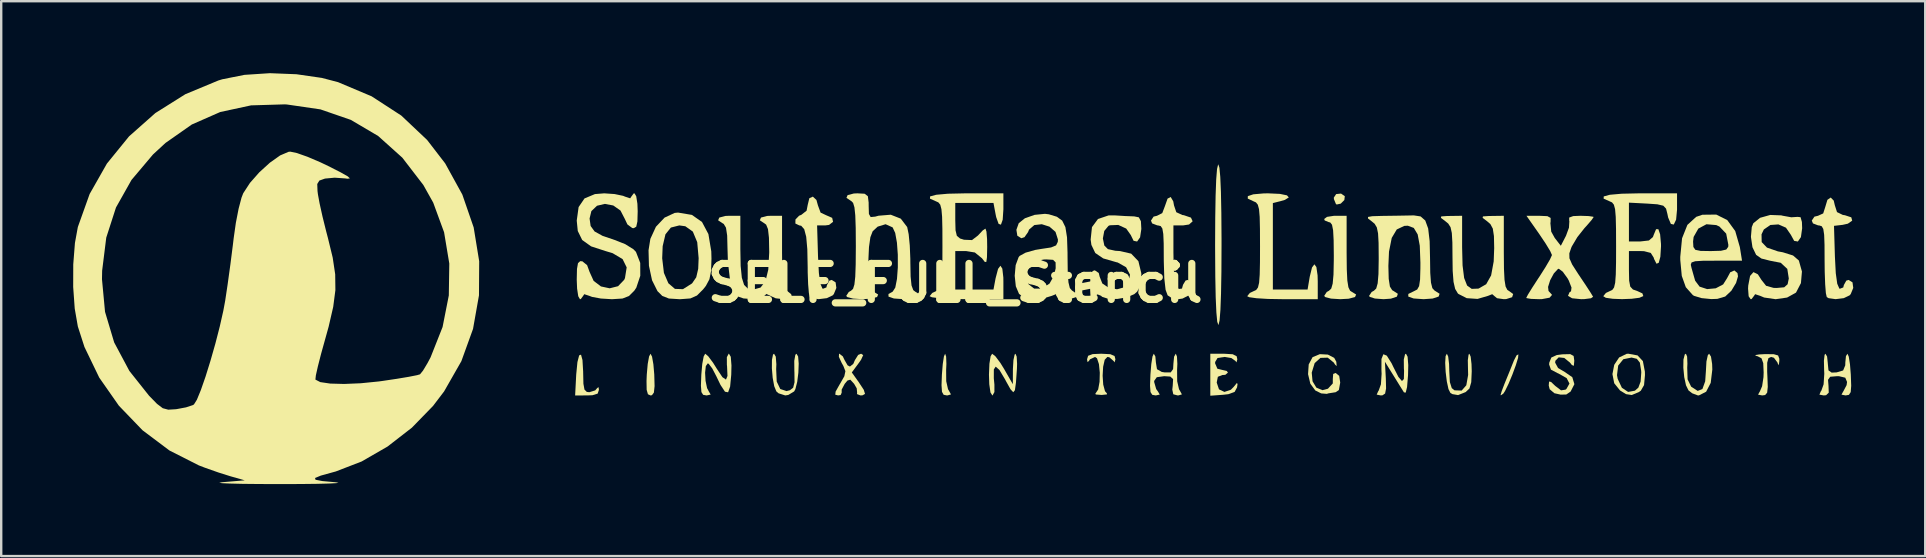
<source format=kicad_pcb>
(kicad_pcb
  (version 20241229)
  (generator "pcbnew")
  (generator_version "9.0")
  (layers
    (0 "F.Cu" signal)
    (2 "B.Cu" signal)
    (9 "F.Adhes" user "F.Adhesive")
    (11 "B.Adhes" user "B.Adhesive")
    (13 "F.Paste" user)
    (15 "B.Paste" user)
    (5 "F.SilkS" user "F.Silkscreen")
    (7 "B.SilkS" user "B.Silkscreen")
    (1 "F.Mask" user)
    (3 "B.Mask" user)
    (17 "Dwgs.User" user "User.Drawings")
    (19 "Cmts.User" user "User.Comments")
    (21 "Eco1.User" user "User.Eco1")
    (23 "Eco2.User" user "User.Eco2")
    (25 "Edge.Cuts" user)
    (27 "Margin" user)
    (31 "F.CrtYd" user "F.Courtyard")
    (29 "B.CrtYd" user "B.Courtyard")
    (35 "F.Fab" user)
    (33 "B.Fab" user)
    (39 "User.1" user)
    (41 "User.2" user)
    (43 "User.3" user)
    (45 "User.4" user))
  (footprint "SELF_FULL_Stencil"
    (layer "F.Cu")
    (at 36.76 8.75)
    (property "Reference" "SELF_FULL_Stencil" (at 0 0 0) (layer "F.SilkS") (effects (font (size 1.5 1.5) (thickness 0.3))))
    (attr board_only exclude_from_pos_files exclude_from_bom)
    (fp_poly (pts (xy 16.233 -3.625) (xy 16.214 -3.463) (xy 16.064 -3.314) (xy 15.896 -3.277) (xy 15.863 -3.299) (xy 15.78 -3.5) (xy 15.775 -3.565) (xy 15.873 -3.712) (xy 16.076 -3.733)) (stroke (width 0) (type solid)) (fill yes) (layer "F.SilkS"))
    (fp_poly (pts (xy -12.637 3.063) (xy -12.581 3.382) (xy -12.544 3.81) (xy -12.531 4.292) (xy -12.56 4.56) (xy -12.64 4.669) (xy -12.7 4.68) (xy -12.808 4.63) (xy -12.861 4.446) (xy -12.867 4.074) (xy -12.856 3.81) (xy -12.817 3.368) (xy -12.76 3.055) (xy -12.7 2.941)) (stroke (width 0) (type solid)) (fill yes) (layer "F.SilkS"))
    (fp_poly (pts (xy -0.381 3.061) (xy -0.37 3.367) (xy -0.381 3.613) (xy -0.377 4.088) (xy -0.302 4.42) (xy -0.264 4.482) (xy -0.179 4.637) (xy -0.325 4.679) (xy -0.351 4.679) (xy -0.485 4.652) (xy -0.554 4.529) (xy -0.573 4.253) (xy -0.557 3.81) (xy -0.521 3.368) (xy -0.473 3.055) (xy -0.423 2.941)) (stroke (width 0) (type solid)) (fill yes) (layer "F.SilkS"))
    (fp_poly (pts (xy 23.454 3.114) (xy 23.36 3.421) (xy 23.218 3.808) (xy 23.058 4.192) (xy 22.911 4.493) (xy 22.838 4.605) (xy 22.736 4.676) (xy 22.726 4.655) (xy 22.774 4.494) (xy 22.892 4.185) (xy 22.943 4.06) (xy 23.113 3.645) (xy 23.259 3.279) (xy 23.281 3.223) (xy 23.392 3.008) (xy 23.467 2.968)) (stroke (width 0) (type solid)) (fill yes) (layer "F.SilkS"))
    (fp_poly (pts (xy -15.536 3.203) (xy -15.508 3.683) (xy -15.507 3.743) (xy -15.497 4.192) (xy -15.453 4.435) (xy -15.356 4.532) (xy -15.251 4.545) (xy -15.005 4.469) (xy -14.927 4.378) (xy -14.869 4.331) (xy -14.85 4.445) (xy -14.903 4.604) (xy -15.124 4.671) (xy -15.34 4.679) (xy -15.842 4.68) (xy -15.797 3.81) (xy -15.746 3.288) (xy -15.674 3.009) (xy -15.597 2.98)) (stroke (width 0) (type solid)) (fill yes) (layer "F.SilkS"))
    (fp_poly (pts (xy 11.007 -4.815) (xy 11.044 -4.427) (xy 11.071 -3.795) (xy 11.088 -2.93) (xy 11.096 -1.844) (xy 11.096 -1.604) (xy 11.091 -0.475) (xy 11.075 0.434) (xy 11.05 1.113) (xy 11.015 1.55) (xy 10.972 1.733) (xy 10.962 1.738) (xy 10.917 1.606) (xy 10.881 1.219) (xy 10.853 0.587) (xy 10.836 -0.278) (xy 10.829 -1.365) (xy 10.828 -1.604) (xy 10.834 -2.733) (xy 10.849 -3.643) (xy 10.874 -4.321) (xy 10.909 -4.758) (xy 10.953 -4.941) (xy 10.962 -4.946)) (stroke (width 0) (type solid)) (fill yes) (layer "F.SilkS"))
    (fp_poly (pts (xy 31.493 3.061) (xy 31.541 3.368) (xy 31.549 3.6) (xy 31.482 4.156) (xy 31.291 4.525) (xy 30.993 4.677) (xy 30.948 4.679) (xy 30.713 4.591) (xy 30.556 4.469) (xy 30.452 4.257) (xy 30.378 3.914) (xy 30.341 3.527) (xy 30.346 3.184) (xy 30.401 2.971) (xy 30.448 2.941) (xy 30.499 3.06) (xy 30.511 3.359) (xy 30.503 3.521) (xy 30.518 4.009) (xy 30.666 4.311) (xy 30.673 4.318) (xy 30.94 4.491) (xy 31.136 4.412) (xy 31.252 4.091) (xy 31.282 3.662) (xy 31.304 3.264) (xy 31.362 3.002) (xy 31.416 2.941)) (stroke (width 0) (type solid)) (fill yes) (layer "F.SilkS"))
    (fp_poly (pts (xy 20.542 3.062) (xy 20.579 3.373) (xy 20.587 3.662) (xy 20.611 4.122) (xy 20.691 4.375) (xy 20.805 4.466) (xy 21.103 4.477) (xy 21.297 4.256) (xy 21.373 3.825) (xy 21.367 3.584) (xy 21.36 3.212) (xy 21.391 2.98) (xy 21.423 2.941) (xy 21.478 3.062) (xy 21.514 3.374) (xy 21.523 3.672) (xy 21.503 4.126) (xy 21.428 4.389) (xy 21.276 4.534) (xy 21.265 4.541) (xy 20.954 4.665) (xy 20.719 4.625) (xy 20.635 4.577) (xy 20.553 4.414) (xy 20.484 4.093) (xy 20.436 3.7) (xy 20.417 3.32) (xy 20.434 3.039) (xy 20.487 2.941)) (stroke (width 0) (type solid)) (fill yes) (layer "F.SilkS"))
    (fp_poly (pts (xy -6.549 3.058) (xy -6.525 3.351) (xy -6.539 3.732) (xy -6.587 4.116) (xy -6.663 4.416) (xy -6.714 4.512) (xy -6.958 4.659) (xy -7.085 4.679) (xy -7.364 4.591) (xy -7.456 4.512) (xy -7.545 4.295) (xy -7.609 3.946) (xy -7.643 3.552) (xy -7.64 3.2) (xy -7.596 2.977) (xy -7.553 2.941) (xy -7.481 3.062) (xy -7.456 3.378) (xy -7.464 3.584) (xy -7.441 4.101) (xy -7.293 4.411) (xy -7.033 4.498) (xy -6.89 4.462) (xy -6.756 4.357) (xy -6.699 4.131) (xy -6.703 3.718) (xy -6.706 3.657) (xy -6.71 3.238) (xy -6.665 2.986) (xy -6.617 2.941)) (stroke (width 0) (type solid)) (fill yes) (layer "F.SilkS"))
    (fp_poly (pts (xy 34.105 2.96) (xy 34.29 3.013) (xy 34.342 3.149) (xy 34.341 3.242) (xy 34.319 3.423) (xy 34.275 3.347) (xy 34.265 3.309) (xy 34.117 3.11) (xy 34.001 3.075) (xy 33.888 3.125) (xy 33.836 3.314) (xy 33.835 3.694) (xy 33.844 3.877) (xy 33.86 4.324) (xy 33.834 4.565) (xy 33.75 4.663) (xy 33.628 4.679) (xy 33.456 4.647) (xy 33.522 4.524) (xy 33.528 4.519) (xy 33.624 4.296) (xy 33.681 3.919) (xy 33.688 3.726) (xy 33.671 3.334) (xy 33.599 3.132) (xy 33.437 3.046) (xy 33.388 3.035) (xy 33.329 3) (xy 33.5 2.971) (xy 33.722 2.959)) (stroke (width 0) (type solid)) (fill yes) (layer "F.SilkS"))
    (fp_poly (pts (xy 2.559 3.061) (xy 2.576 3.365) (xy 2.569 3.576) (xy 2.529 4.143) (xy 2.485 4.461) (xy 2.416 4.547) (xy 2.302 4.421) (xy 2.122 4.1) (xy 2.075 4.011) (xy 1.84 3.617) (xy 1.684 3.479) (xy 1.607 3.595) (xy 1.606 3.967) (xy 1.631 4.227) (xy 1.631 4.538) (xy 1.555 4.678) (xy 1.544 4.679) (xy 1.466 4.554) (xy 1.417 4.213) (xy 1.404 3.81) (xy 1.423 3.356) (xy 1.473 3.045) (xy 1.537 2.942) (xy 1.673 3.049) (xy 1.879 3.324) (xy 2.035 3.577) (xy 2.399 4.211) (xy 2.402 3.576) (xy 2.424 3.206) (xy 2.474 2.977) (xy 2.508 2.941)) (stroke (width 0) (type solid)) (fill yes) (layer "F.SilkS"))
    (fp_poly (pts (xy 16.309 -1.266) (xy 16.316 -0.577) (xy 16.338 -0.113) (xy 16.383 0.171) (xy 16.453 0.315) (xy 16.51 0.353) (xy 16.705 0.474) (xy 16.659 0.579) (xy 16.395 0.649) (xy 16.042 0.668) (xy 15.658 0.644) (xy 15.417 0.58) (xy 15.374 0.531) (xy 15.481 0.368) (xy 15.574 0.316) (xy 15.668 0.227) (xy 15.728 0.019) (xy 15.762 -0.354) (xy 15.774 -0.937) (xy 15.775 -1.151) (xy 15.768 -1.788) (xy 15.746 -2.201) (xy 15.7 -2.434) (xy 15.625 -2.53) (xy 15.574 -2.54) (xy 15.396 -2.612) (xy 15.374 -2.674) (xy 15.491 -2.762) (xy 15.78 -2.806) (xy 15.842 -2.807) (xy 16.309 -2.807)) (stroke (width 0) (type solid)) (fill yes) (layer "F.SilkS"))
    (fp_poly (pts (xy 6.462 2.961) (xy 6.638 3.036) (xy 6.674 3.175) (xy 6.639 3.302) (xy 6.596 3.242) (xy 6.419 3.088) (xy 6.339 3.075) (xy 6.228 3.192) (xy 6.162 3.483) (xy 6.141 3.859) (xy 6.166 4.229) (xy 6.24 4.504) (xy 6.317 4.59) (xy 6.323 4.636) (xy 6.115 4.658) (xy 6.083 4.658) (xy 5.855 4.64) (xy 5.836 4.596) (xy 5.849 4.59) (xy 5.955 4.43) (xy 6.013 4.114) (xy 6.023 3.732) (xy 5.987 3.374) (xy 5.906 3.13) (xy 5.826 3.075) (xy 5.612 3.176) (xy 5.57 3.242) (xy 5.511 3.289) (xy 5.492 3.175) (xy 5.536 3.027) (xy 5.726 2.957) (xy 6.083 2.941)) (stroke (width 0) (type solid)) (fill yes) (layer "F.SilkS"))
    (fp_poly (pts (xy 11.563 2.963) (xy 11.727 3.047) (xy 11.754 3.175) (xy 11.719 3.302) (xy 11.676 3.242) (xy 11.507 3.122) (xy 11.218 3.075) (xy 10.93 3.119) (xy 10.831 3.284) (xy 10.828 3.342) (xy 10.923 3.566) (xy 11.096 3.609) (xy 11.313 3.659) (xy 11.363 3.728) (xy 11.254 3.82) (xy 11.129 3.829) (xy 10.943 3.902) (xy 10.895 4.142) (xy 10.99 4.425) (xy 11.217 4.533) (xy 11.485 4.442) (xy 11.6 4.326) (xy 11.739 4.157) (xy 11.763 4.209) (xy 11.742 4.345) (xy 11.642 4.532) (xy 11.382 4.627) (xy 11.161 4.652) (xy 10.628 4.691) (xy 10.628 3.816) (xy 10.628 2.941) (xy 11.196 2.941)) (stroke (width 0) (type solid)) (fill yes) (layer "F.SilkS"))
    (fp_poly (pts (xy 15.527 2.977) (xy 15.791 3.113) (xy 15.879 3.275) (xy 15.894 3.458) (xy 15.826 3.392) (xy 15.773 3.309) (xy 15.52 3.105) (xy 15.218 3.114) (xy 14.978 3.332) (xy 14.977 3.333) (xy 14.855 3.73) (xy 14.889 4.09) (xy 15.048 4.354) (xy 15.3 4.46) (xy 15.529 4.4) (xy 15.733 4.178) (xy 15.733 3.999) (xy 15.749 3.784) (xy 15.854 3.743) (xy 16 3.864) (xy 16.042 4.144) (xy 15.985 4.456) (xy 15.853 4.545) (xy 15.549 4.593) (xy 15.484 4.614) (xy 15.25 4.595) (xy 15.005 4.473) (xy 14.797 4.192) (xy 14.702 3.793) (xy 14.729 3.388) (xy 14.886 3.091) (xy 14.898 3.081) (xy 15.193 2.959)) (stroke (width 0) (type solid)) (fill yes) (layer "F.SilkS"))
    (fp_poly (pts (xy 28.435 3.012) (xy 28.655 3.249) (xy 28.739 3.688) (xy 28.742 3.832) (xy 28.704 4.248) (xy 28.57 4.481) (xy 28.484 4.541) (xy 28.192 4.662) (xy 27.954 4.626) (xy 27.702 4.471) (xy 27.461 4.171) (xy 27.395 3.834) (xy 27.577 3.834) (xy 27.605 3.988) (xy 27.781 4.361) (xy 28.04 4.533) (xy 28.324 4.481) (xy 28.467 4.354) (xy 28.561 4.101) (xy 28.588 3.726) (xy 28.584 3.652) (xy 28.529 3.311) (xy 28.402 3.153) (xy 28.183 3.1) (xy 27.84 3.171) (xy 27.626 3.435) (xy 27.577 3.834) (xy 27.395 3.834) (xy 27.387 3.789) (xy 27.461 3.404) (xy 27.665 3.097) (xy 27.981 2.945) (xy 28.052 2.941)) (stroke (width 0) (type solid)) (fill yes) (layer "F.SilkS"))
    (fp_poly (pts (xy 18.85 3.066) (xy 18.878 3.415) (xy 18.868 3.843) (xy 18.828 4.329) (xy 18.772 4.561) (xy 18.698 4.552) (xy 18.694 4.545) (xy 18.549 4.313) (xy 18.332 3.963) (xy 18.237 3.81) (xy 17.905 3.275) (xy 17.943 3.977) (xy 17.953 4.39) (xy 17.913 4.601) (xy 17.803 4.674) (xy 17.73 4.679) (xy 17.562 4.645) (xy 17.626 4.503) (xy 17.643 4.482) (xy 17.739 4.216) (xy 17.767 3.777) (xy 17.76 3.613) (xy 17.761 3.16) (xy 17.84 2.962) (xy 17.984 3.022) (xy 18.184 3.342) (xy 18.251 3.482) (xy 18.468 3.909) (xy 18.616 4.08) (xy 18.695 3.994) (xy 18.703 3.65) (xy 18.696 3.56) (xy 18.692 3.178) (xy 18.744 2.964) (xy 18.782 2.941)) (stroke (width 0) (type solid)) (fill yes) (layer "F.SilkS"))
    (fp_poly (pts (xy -9.356 3.068) (xy -9.327 3.429) (xy -9.336 3.816) (xy -9.383 4.312) (xy -9.467 4.548) (xy -9.597 4.524) (xy -9.784 4.241) (xy -9.959 3.878) (xy -10.129 3.553) (xy -10.274 3.363) (xy -10.314 3.342) (xy -10.396 3.456) (xy -10.426 3.732) (xy -10.407 4.071) (xy -10.344 4.373) (xy -10.267 4.519) (xy -10.194 4.644) (xy -10.358 4.679) (xy -10.367 4.679) (xy -10.507 4.654) (xy -10.579 4.54) (xy -10.6 4.276) (xy -10.583 3.81) (xy -10.544 3.368) (xy -10.485 3.055) (xy -10.422 2.941) (xy -10.295 3.047) (xy -10.092 3.32) (xy -9.939 3.565) (xy -9.704 3.918) (xy -9.556 4.019) (xy -9.493 3.867) (xy -9.511 3.46) (xy -9.518 3.401) (xy -9.519 3.085) (xy -9.444 2.942) (xy -9.431 2.941)) (stroke (width 0) (type solid)) (fill yes) (layer "F.SilkS"))
    (fp_poly (pts (xy 25.769 3.034) (xy 25.797 3.234) (xy 25.778 3.445) (xy 25.697 3.412) (xy 25.615 3.309) (xy 25.379 3.117) (xy 25.147 3.092) (xy 25.009 3.234) (xy 24.999 3.313) (xy 25.12 3.536) (xy 25.4 3.702) (xy 25.714 3.919) (xy 25.801 4.21) (xy 25.645 4.514) (xy 25.641 4.519) (xy 25.465 4.64) (xy 25.229 4.646) (xy 24.966 4.587) (xy 24.771 4.42) (xy 24.732 4.268) (xy 24.746 4.1) (xy 24.829 4.117) (xy 25.008 4.287) (xy 25.245 4.467) (xy 25.43 4.439) (xy 25.468 4.411) (xy 25.595 4.185) (xy 25.478 3.957) (xy 25.135 3.764) (xy 25.112 3.756) (xy 24.826 3.606) (xy 24.748 3.391) (xy 24.755 3.312) (xy 24.84 3.1) (xy 25.065 2.997) (xy 25.3 2.966) (xy 25.629 2.958)) (stroke (width 0) (type solid)) (fill yes) (layer "F.SilkS"))
    (fp_poly (pts (xy -3.837 2.998) (xy -3.926 3.192) (xy -4.023 3.331) (xy -4.312 3.721) (xy -4.027 4.12) (xy -3.812 4.447) (xy -3.761 4.616) (xy -3.868 4.675) (xy -3.952 4.679) (xy -4.096 4.623) (xy -4.09 4.565) (xy -4.107 4.384) (xy -4.215 4.197) (xy -4.375 4.022) (xy -4.495 4.06) (xy -4.608 4.197) (xy -4.734 4.435) (xy -4.734 4.565) (xy -4.777 4.662) (xy -4.882 4.679) (xy -5.001 4.648) (xy -4.986 4.518) (xy -4.826 4.232) (xy -4.803 4.196) (xy -4.623 3.879) (xy -4.579 3.668) (xy -4.665 3.447) (xy -4.733 3.327) (xy -4.851 3.071) (xy -4.844 2.944) (xy -4.829 2.941) (xy -4.687 3.052) (xy -4.612 3.208) (xy -4.487 3.425) (xy -4.39 3.476) (xy -4.25 3.364) (xy -4.183 3.208) (xy -4.047 2.991) (xy -3.924 2.941)) (stroke (width 0) (type solid)) (fill yes) (layer "F.SilkS"))
    (fp_poly (pts (xy 9.239 3.061) (xy 9.255 3.367) (xy 9.244 3.613) (xy 9.248 4.088) (xy 9.324 4.42) (xy 9.361 4.482) (xy 9.445 4.636) (xy 9.298 4.679) (xy 9.264 4.679) (xy 9.085 4.631) (xy 9.044 4.437) (xy 9.062 4.278) (xy 9.078 3.999) (xy 8.962 3.893) (xy 8.705 3.877) (xy 8.398 3.92) (xy 8.291 4.071) (xy 8.288 4.117) (xy 8.373 4.414) (xy 8.449 4.519) (xy 8.522 4.644) (xy 8.358 4.679) (xy 8.349 4.679) (xy 8.209 4.654) (xy 8.137 4.54) (xy 8.116 4.276) (xy 8.133 3.81) (xy 8.169 3.368) (xy 8.219 3.055) (xy 8.272 2.941) (xy 8.338 3.056) (xy 8.361 3.309) (xy 8.406 3.586) (xy 8.607 3.701) (xy 8.723 3.719) (xy 8.98 3.718) (xy 9.078 3.581) (xy 9.091 3.351) (xy 9.119 3.065) (xy 9.188 2.941) (xy 9.191 2.941)) (stroke (width 0) (type solid)) (fill yes) (layer "F.SilkS"))
    (fp_poly (pts (xy 13.528 -3.72) (xy 13.823 -3.659) (xy 13.899 -3.572) (xy 13.738 -3.471) (xy 13.569 -3.421) (xy 13.235 -3.337) (xy 13.235 -1.535) (xy 13.235 0.267) (xy 13.958 0.267) (xy 14.682 0.267) (xy 14.772 -0.267) (xy 14.867 -0.654) (xy 14.966 -0.785) (xy 15.049 -0.671) (xy 15.099 -0.324) (xy 15.106 -0.067) (xy 15.106 0.668) (xy 13.636 0.668) (xy 13.035 0.658) (xy 12.556 0.629) (xy 12.25 0.586) (xy 12.165 0.544) (xy 12.276 0.408) (xy 12.433 0.334) (xy 12.541 0.283) (xy 12.615 0.18) (xy 12.662 -0.019) (xy 12.687 -0.358) (xy 12.698 -0.881) (xy 12.7 -1.537) (xy 12.697 -2.261) (xy 12.686 -2.762) (xy 12.658 -3.083) (xy 12.608 -3.269) (xy 12.531 -3.365) (xy 12.433 -3.409) (xy 12.189 -3.524) (xy 12.192 -3.626) (xy 12.421 -3.702) (xy 12.854 -3.74) (xy 13.034 -3.743)) (stroke (width 0) (type solid)) (fill yes) (layer "F.SilkS"))
    (fp_poly (pts (xy 36.332 3.058) (xy 36.362 3.339) (xy 36.362 3.351) (xy 36.39 3.635) (xy 36.522 3.728) (xy 36.73 3.719) (xy 37.001 3.638) (xy 37.089 3.425) (xy 37.092 3.309) (xy 37.118 3.042) (xy 37.181 2.941) (xy 37.235 3.063) (xy 37.286 3.382) (xy 37.32 3.81) (xy 37.337 4.279) (xy 37.316 4.541) (xy 37.242 4.655) (xy 37.104 4.679) (xy 36.932 4.647) (xy 36.998 4.524) (xy 37.004 4.519) (xy 37.145 4.25) (xy 37.164 4.117) (xy 37.09 3.94) (xy 36.828 3.878) (xy 36.748 3.877) (xy 36.462 3.901) (xy 36.371 4.028) (xy 36.391 4.278) (xy 36.401 4.564) (xy 36.291 4.67) (xy 36.189 4.679) (xy 36.012 4.646) (xy 36.07 4.508) (xy 36.092 4.482) (xy 36.187 4.216) (xy 36.215 3.777) (xy 36.208 3.613) (xy 36.2 3.231) (xy 36.228 2.988) (xy 36.262 2.941)) (stroke (width 0) (type solid)) (fill yes) (layer "F.SilkS"))
    (fp_poly (pts (xy -5.786 -3.467) (xy -5.724 -3.242) (xy -5.613 -2.94) (xy -5.381 -2.831) (xy -5.13 -2.721) (xy -5.093 -2.555) (xy -5.26 -2.427) (xy -5.419 -2.406) (xy -5.758 -2.406) (xy -5.72 -1.114) (xy -5.684 -0.421) (xy -5.624 0.019) (xy -5.538 0.22) (xy -5.514 0.234) (xy -5.371 0.178) (xy -5.347 0.078) (xy -5.245 -0.106) (xy -5.147 -0.134) (xy -4.987 -0.033) (xy -4.956 0.199) (xy -5.061 0.455) (xy -5.107 0.508) (xy -5.351 0.625) (xy -5.691 0.667) (xy -5.984 0.626) (xy -6.06 0.579) (xy -6.101 0.413) (xy -6.132 0.048) (xy -6.15 -0.45) (xy -6.151 -0.657) (xy -6.166 -1.413) (xy -6.212 -1.933) (xy -6.295 -2.249) (xy -6.421 -2.391) (xy -6.499 -2.406) (xy -6.664 -2.485) (xy -6.66 -2.654) (xy -6.507 -2.811) (xy -6.417 -2.846) (xy -6.196 -3.02) (xy -6.149 -3.263) (xy -6.082 -3.539) (xy -5.935 -3.606)) (stroke (width 0) (type solid)) (fill yes) (layer "F.SilkS"))
    (fp_poly (pts (xy -10.975 -2.844) (xy -10.555 -2.549) (xy -10.288 -2.045) (xy -10.168 -1.324) (xy -10.16 -1.02) (xy -10.177 -0.506) (xy -10.246 -0.161) (xy -10.393 0.114) (xy -10.506 0.257) (xy -10.765 0.516) (xy -11.04 0.637) (xy -11.451 0.668) (xy -11.499 0.668) (xy -11.935 0.641) (xy -12.211 0.532) (xy -12.411 0.332) (xy -12.637 -0.121) (xy -12.766 -0.723) (xy -12.774 -1.037) (xy -12.214 -1.037) (xy -12.142 -0.427) (xy -11.956 0.005) (xy -11.683 0.239) (xy -11.349 0.251) (xy -10.982 0.019) (xy -10.962 0) (xy -10.795 -0.244) (xy -10.713 -0.597) (xy -10.695 -1.04) (xy -10.754 -1.708) (xy -10.937 -2.148) (xy -11.25 -2.371) (xy -11.5 -2.406) (xy -11.851 -2.317) (xy -12.078 -2.036) (xy -12.194 -1.541) (xy -12.214 -1.037) (xy -12.774 -1.037) (xy -12.783 -1.369) (xy -12.707 -1.846) (xy -12.475 -2.35) (xy -12.115 -2.731) (xy -11.694 -2.927) (xy -11.554 -2.941)) (stroke (width 0) (type solid)) (fill yes) (layer "F.SilkS"))
    (fp_poly (pts (xy 36.609 -3.44) (xy 36.653 -3.25) (xy 36.745 -2.961) (xy 36.988 -2.843) (xy 37.072 -2.831) (xy 37.341 -2.743) (xy 37.378 -2.605) (xy 37.197 -2.478) (xy 36.982 -2.43) (xy 36.62 -2.388) (xy 36.658 -1.104) (xy 36.694 -0.414) (xy 36.755 0.024) (xy 36.841 0.222) (xy 36.863 0.234) (xy 37.007 0.178) (xy 37.031 0.078) (xy 37.133 -0.106) (xy 37.231 -0.134) (xy 37.391 -0.033) (xy 37.422 0.199) (xy 37.317 0.455) (xy 37.271 0.508) (xy 37.027 0.625) (xy 36.687 0.667) (xy 36.394 0.626) (xy 36.318 0.579) (xy 36.281 0.417) (xy 36.252 0.046) (xy 36.233 -0.475) (xy 36.228 -0.958) (xy 36.225 -1.596) (xy 36.21 -2.013) (xy 36.174 -2.256) (xy 36.109 -2.371) (xy 36.006 -2.405) (xy 35.961 -2.406) (xy 35.743 -2.49) (xy 35.694 -2.607) (xy 35.804 -2.771) (xy 35.952 -2.807) (xy 36.17 -2.906) (xy 36.253 -3.165) (xy 36.345 -3.472) (xy 36.483 -3.568)) (stroke (width 0) (type solid)) (fill yes) (layer "F.SilkS"))
    (fp_poly (pts (xy 9.084 -3.41) (xy 9.115 -3.242) (xy 9.211 -2.956) (xy 9.464 -2.84) (xy 9.525 -2.832) (xy 9.822 -2.731) (xy 9.892 -2.577) (xy 9.742 -2.444) (xy 9.492 -2.406) (xy 9.091 -2.406) (xy 9.091 -1.281) (xy 9.1 -0.736) (xy 9.124 -0.279) (xy 9.16 0.012) (xy 9.172 0.056) (xy 9.311 0.243) (xy 9.447 0.227) (xy 9.492 0.067) (xy 9.599 -0.11) (xy 9.692 -0.134) (xy 9.852 -0.033) (xy 9.883 0.199) (xy 9.778 0.455) (xy 9.732 0.508) (xy 9.472 0.642) (xy 9.291 0.668) (xy 8.984 0.596) (xy 8.85 0.508) (xy 8.765 0.278) (xy 8.711 -0.2) (xy 8.69 -0.912) (xy 8.689 -1.029) (xy 8.686 -1.649) (xy 8.669 -2.048) (xy 8.63 -2.276) (xy 8.56 -2.379) (xy 8.448 -2.406) (xy 8.422 -2.406) (xy 8.204 -2.49) (xy 8.155 -2.607) (xy 8.265 -2.773) (xy 8.405 -2.807) (xy 8.626 -2.919) (xy 8.736 -3.208) (xy 8.847 -3.522) (xy 8.977 -3.591)) (stroke (width 0) (type solid)) (fill yes) (layer "F.SilkS"))
    (fp_poly (pts (xy -8.957 -1.43) (xy -8.944 -0.715) (xy -8.895 -0.227) (xy -8.8 0.074) (xy -8.645 0.225) (xy -8.417 0.267) (xy -8.416 0.267) (xy -8.114 0.183) (xy -7.91 -0.084) (xy -7.793 -0.561) (xy -7.754 -1.271) (xy -7.754 -1.318) (xy -7.765 -1.894) (xy -7.805 -2.252) (xy -7.882 -2.439) (xy -7.954 -2.492) (xy -8.145 -2.619) (xy -8.097 -2.733) (xy -7.839 -2.801) (xy -7.687 -2.807) (xy -7.219 -2.807) (xy -7.219 -1.284) (xy -7.212 -0.6) (xy -7.189 -0.14) (xy -7.144 0.14) (xy -7.072 0.281) (xy -7.018 0.316) (xy -6.841 0.457) (xy -6.818 0.531) (xy -6.929 0.632) (xy -7.187 0.665) (xy -7.482 0.631) (xy -7.704 0.531) (xy -7.712 0.523) (xy -7.873 0.45) (xy -7.947 0.523) (xy -8.138 0.624) (xy -8.471 0.663) (xy -8.825 0.637) (xy -9.06 0.557) (xy -9.253 0.294) (xy -9.394 -0.197) (xy -9.475 -0.878) (xy -9.492 -1.44) (xy -9.506 -1.984) (xy -9.555 -2.31) (xy -9.649 -2.468) (xy -9.692 -2.492) (xy -9.883 -2.619) (xy -9.835 -2.733) (xy -9.577 -2.801) (xy -9.425 -2.807) (xy -8.957 -2.807)) (stroke (width 0) (type solid)) (fill yes) (layer "F.SilkS"))
    (fp_poly (pts (xy 22.86 -1.284) (xy 22.866 -0.6) (xy 22.889 -0.14) (xy 22.934 0.14) (xy 23.007 0.281) (xy 23.061 0.316) (xy 23.25 0.453) (xy 23.206 0.586) (xy 22.96 0.664) (xy 22.86 0.668) (xy 22.578 0.628) (xy 22.459 0.532) (xy 22.459 0.53) (xy 22.377 0.46) (xy 22.2 0.53) (xy 21.765 0.657) (xy 21.315 0.626) (xy 20.967 0.449) (xy 20.942 0.424) (xy 20.832 0.24) (xy 20.764 -0.054) (xy 20.729 -0.511) (xy 20.721 -1.097) (xy 20.716 -1.697) (xy 20.693 -2.089) (xy 20.64 -2.331) (xy 20.544 -2.482) (xy 20.42 -2.584) (xy 20.239 -2.721) (xy 20.252 -2.781) (xy 20.49 -2.798) (xy 20.621 -2.8) (xy 21.122 -2.807) (xy 21.122 -1.496) (xy 21.141 -0.738) (xy 21.206 -0.216) (xy 21.33 0.1) (xy 21.522 0.238) (xy 21.796 0.228) (xy 21.814 0.223) (xy 22.126 0.044) (xy 22.331 -0.323) (xy 22.438 -0.904) (xy 22.459 -1.461) (xy 22.448 -1.963) (xy 22.401 -2.273) (xy 22.299 -2.463) (xy 22.158 -2.584) (xy 21.977 -2.721) (xy 21.99 -2.781) (xy 22.228 -2.798) (xy 22.359 -2.8) (xy 22.86 -2.807)) (stroke (width 0) (type solid)) (fill yes) (layer "F.SilkS"))
    (fp_poly (pts (xy 32.172 -2.628) (xy 32.504 -2.171) (xy 32.696 -1.504) (xy 32.787 -0.936) (xy 31.691 -0.936) (xy 31.154 -0.933) (xy 30.835 -0.913) (xy 30.684 -0.862) (xy 30.652 -0.766) (xy 30.682 -0.635) (xy 30.781 -0.286) (xy 30.834 -0.101) (xy 31.018 0.145) (xy 31.334 0.248) (xy 31.691 0.215) (xy 32 0.053) (xy 32.165 -0.209) (xy 32.296 -0.453) (xy 32.468 -0.529) (xy 32.597 -0.421) (xy 32.619 -0.285) (xy 32.539 -0.01) (xy 32.347 0.309) (xy 32.342 0.316) (xy 32.086 0.558) (xy 31.759 0.655) (xy 31.506 0.664) (xy 31.101 0.624) (xy 30.788 0.529) (xy 30.736 0.497) (xy 30.444 0.168) (xy 30.276 -0.303) (xy 30.214 -0.966) (xy 30.213 -1.094) (xy 30.275 -1.735) (xy 30.747 -1.735) (xy 30.76 -1.507) (xy 30.842 -1.389) (xy 31.058 -1.344) (xy 31.475 -1.337) (xy 31.483 -1.337) (xy 31.909 -1.349) (xy 32.131 -1.401) (xy 32.211 -1.513) (xy 32.218 -1.593) (xy 32.127 -2.064) (xy 31.845 -2.359) (xy 31.714 -2.42) (xy 31.305 -2.455) (xy 30.966 -2.273) (xy 30.77 -1.926) (xy 30.747 -1.735) (xy 30.275 -1.735) (xy 30.288 -1.87) (xy 30.51 -2.428) (xy 30.877 -2.763) (xy 31.135 -2.851) (xy 31.713 -2.858)) (stroke (width 0) (type solid)) (fill yes) (layer "F.SilkS"))
    (fp_poly (pts (xy 34.419 -2.825) (xy 34.489 -2.808) (xy 34.84 -2.745) (xy 35.099 -2.762) (xy 35.1 -2.762) (xy 35.226 -2.749) (xy 35.283 -2.549) (xy 35.293 -2.287) (xy 35.241 -1.918) (xy 35.115 -1.735) (xy 34.96 -1.762) (xy 34.822 -2.014) (xy 34.618 -2.311) (xy 34.303 -2.448) (xy 33.967 -2.424) (xy 33.696 -2.236) (xy 33.6 -2.035) (xy 33.606 -1.712) (xy 33.827 -1.481) (xy 34.282 -1.324) (xy 34.489 -1.286) (xy 34.913 -1.153) (xy 35.155 -0.944) (xy 35.284 -0.485) (xy 35.242 -0.002) (xy 35.042 0.384) (xy 35.025 0.401) (xy 34.666 0.6) (xy 34.187 0.669) (xy 33.709 0.599) (xy 33.546 0.53) (xy 33.333 0.46) (xy 33.287 0.53) (xy 33.185 0.663) (xy 33.146 0.668) (xy 33.063 0.547) (xy 33.039 0.226) (xy 33.046 0.1) (xy 33.123 -0.301) (xy 33.263 -0.46) (xy 33.447 -0.368) (xy 33.597 -0.134) (xy 33.79 0.11) (xy 34.1 0.197) (xy 34.227 0.201) (xy 34.545 0.173) (xy 34.687 0.046) (xy 34.736 -0.194) (xy 34.674 -0.594) (xy 34.399 -0.849) (xy 33.951 -0.936) (xy 33.595 -1.026) (xy 33.375 -1.18) (xy 33.222 -1.497) (xy 33.158 -1.929) (xy 33.193 -2.336) (xy 33.259 -2.498) (xy 33.539 -2.723) (xy 33.963 -2.842)) (stroke (width 0) (type solid)) (fill yes) (layer "F.SilkS"))
    (fp_poly (pts (xy 7.078 -2.797) (xy 7.432 -2.783) (xy 7.453 -2.783) (xy 7.65 -2.743) (xy 7.736 -2.581) (xy 7.754 -2.258) (xy 7.702 -1.909) (xy 7.578 -1.735) (xy 7.431 -1.765) (xy 7.314 -2.005) (xy 7.123 -2.275) (xy 6.793 -2.426) (xy 6.443 -2.412) (xy 6.383 -2.386) (xy 6.209 -2.175) (xy 6.151 -1.862) (xy 6.212 -1.568) (xy 6.361 -1.418) (xy 6.67 -1.35) (xy 6.866 -1.337) (xy 7.331 -1.229) (xy 7.631 -0.916) (xy 7.752 -0.415) (xy 7.754 -0.334) (xy 7.716 0.092) (xy 7.58 0.355) (xy 7.457 0.46) (xy 7.145 0.593) (xy 6.749 0.659) (xy 6.372 0.652) (xy 6.116 0.568) (xy 6.079 0.528) (xy 5.928 0.468) (xy 5.803 0.545) (xy 5.688 0.599) (xy 5.632 0.484) (xy 5.615 0.154) (xy 5.615 0.083) (xy 5.64 -0.319) (xy 5.725 -0.506) (xy 5.815 -0.535) (xy 5.979 -0.424) (xy 6.016 -0.272) (xy 6.128 0.013) (xy 6.401 0.196) (xy 6.742 0.255) (xy 7.057 0.169) (xy 7.219 0) (xy 7.281 -0.354) (xy 7.118 -0.664) (xy 6.77 -0.86) (xy 6.714 -0.873) (xy 6.165 -1.031) (xy 5.834 -1.257) (xy 5.673 -1.593) (xy 5.642 -1.816) (xy 5.697 -2.336) (xy 5.948 -2.674) (xy 6.386 -2.822) (xy 6.657 -2.823)) (stroke (width 0) (type solid)) (fill yes) (layer "F.SilkS"))
    (fp_poly (pts (xy 19.391 -2.781) (xy 19.586 -2.611) (xy 19.707 -2.279) (xy 19.769 -1.749) (xy 19.785 -1.058) (xy 19.794 -0.43) (xy 19.824 -0.023) (xy 19.882 0.209) (xy 19.975 0.311) (xy 19.986 0.316) (xy 20.184 0.443) (xy 20.144 0.558) (xy 19.895 0.641) (xy 19.518 0.668) (xy 19.099 0.638) (xy 18.879 0.559) (xy 18.88 0.45) (xy 19.117 0.334) (xy 19.25 0.265) (xy 19.33 0.123) (xy 19.37 -0.15) (xy 19.383 -0.61) (xy 19.384 -0.852) (xy 19.358 -1.559) (xy 19.27 -2.032) (xy 19.108 -2.301) (xy 18.859 -2.394) (xy 18.712 -2.386) (xy 18.398 -2.237) (xy 18.189 -1.885) (xy 18.075 -1.311) (xy 18.049 -0.716) (xy 18.063 -0.179) (xy 18.113 0.142) (xy 18.21 0.296) (xy 18.248 0.316) (xy 18.444 0.444) (xy 18.403 0.563) (xy 18.156 0.646) (xy 17.847 0.668) (xy 17.488 0.641) (xy 17.273 0.572) (xy 17.245 0.531) (xy 17.352 0.368) (xy 17.446 0.316) (xy 17.542 0.224) (xy 17.603 0.008) (xy 17.636 -0.379) (xy 17.646 -0.982) (xy 17.646 -1.067) (xy 17.641 -1.675) (xy 17.619 -2.074) (xy 17.568 -2.321) (xy 17.477 -2.474) (xy 17.346 -2.583) (xy 17.201 -2.695) (xy 17.2 -2.759) (xy 17.379 -2.79) (xy 17.778 -2.802) (xy 17.914 -2.804) (xy 18.423 -2.811) (xy 18.868 -2.819) (xy 19.109 -2.824)) (stroke (width 0) (type solid)) (fill yes) (layer "F.SilkS"))
    (fp_poly (pts (xy 30.079 -3.064) (xy 30.04 -2.646) (xy 29.943 -2.442) (xy 29.822 -2.468) (xy 29.708 -2.736) (xy 29.677 -2.885) (xy 29.621 -3.106) (xy 29.505 -3.228) (xy 29.258 -3.286) (xy 28.842 -3.315) (xy 28.074 -3.355) (xy 28.074 -2.547) (xy 28.074 -1.738) (xy 28.554 -1.738) (xy 28.906 -1.778) (xy 29.074 -1.922) (xy 29.104 -2.005) (xy 29.205 -2.248) (xy 29.3 -2.249) (xy 29.374 -2.035) (xy 29.41 -1.631) (xy 29.411 -1.537) (xy 29.384 -1.101) (xy 29.316 -0.849) (xy 29.223 -0.809) (xy 29.123 -1.005) (xy 29.104 -1.069) (xy 28.983 -1.26) (xy 28.705 -1.332) (xy 28.554 -1.337) (xy 28.074 -1.337) (xy 28.074 -0.549) (xy 28.083 -0.105) (xy 28.129 0.143) (xy 28.24 0.264) (xy 28.413 0.324) (xy 28.636 0.427) (xy 28.673 0.539) (xy 28.511 0.609) (xy 28.188 0.651) (xy 27.789 0.666) (xy 27.401 0.652) (xy 27.111 0.61) (xy 27.004 0.544) (xy 27.115 0.408) (xy 27.272 0.334) (xy 27.38 0.283) (xy 27.454 0.18) (xy 27.501 -0.019) (xy 27.526 -0.358) (xy 27.537 -0.881) (xy 27.539 -1.537) (xy 27.536 -2.261) (xy 27.524 -2.762) (xy 27.497 -3.083) (xy 27.447 -3.269) (xy 27.37 -3.365) (xy 27.272 -3.409) (xy 27.019 -3.522) (xy 27.024 -3.614) (xy 27.277 -3.683) (xy 27.771 -3.727) (xy 28.495 -3.743) (xy 28.542 -3.743) (xy 30.079 -3.743)) (stroke (width 0) (type solid)) (fill yes) (layer "F.SilkS"))
    (fp_poly (pts (xy 2.005 -3.075) (xy 1.976 -2.643) (xy 1.903 -2.437) (xy 1.806 -2.47) (xy 1.705 -2.752) (xy 1.68 -2.874) (xy 1.592 -3.342) (xy 0.796 -3.342) (xy 0 -3.342) (xy 0 -2.621) (xy 0.011 -2.201) (xy 0.066 -1.972) (xy 0.199 -1.861) (xy 0.365 -1.809) (xy 0.697 -1.795) (xy 0.95 -1.989) (xy 0.954 -1.995) (xy 1.148 -2.201) (xy 1.258 -2.273) (xy 1.299 -2.151) (xy 1.325 -1.838) (xy 1.33 -1.504) (xy 1.321 -1.08) (xy 1.295 -0.886) (xy 1.232 -0.883) (xy 1.116 -1.032) (xy 1.113 -1.036) (xy 0.816 -1.278) (xy 0.452 -1.337) (xy 0 -1.337) (xy 0 -0.535) (xy 0 0.267) (xy 0.796 0.267) (xy 1.592 0.267) (xy 1.68 -0.202) (xy 1.783 -0.594) (xy 1.882 -0.726) (xy 1.961 -0.604) (xy 2.003 -0.235) (xy 2.005 -0.075) (xy 2.005 0.668) (xy 0.468 0.668) (xy -0.151 0.658) (xy -0.646 0.63) (xy -0.969 0.589) (xy -1.069 0.544) (xy -0.959 0.408) (xy -0.802 0.334) (xy -0.694 0.283) (xy -0.62 0.18) (xy -0.573 -0.019) (xy -0.547 -0.358) (xy -0.537 -0.881) (xy -0.535 -1.537) (xy -0.537 -2.261) (xy -0.549 -2.762) (xy -0.577 -3.083) (xy -0.626 -3.269) (xy -0.704 -3.365) (xy -0.802 -3.409) (xy -1.055 -3.522) (xy -1.05 -3.614) (xy -0.796 -3.683) (xy -0.303 -3.727) (xy 0.421 -3.743) (xy 0.468 -3.743) (xy 2.005 -3.743)) (stroke (width 0) (type solid)) (fill yes) (layer "F.SilkS"))
    (fp_poly (pts (xy 3.901 -2.869) (xy 4.232 -2.768) (xy 4.455 -2.607) (xy 4.589 -2.336) (xy 4.657 -1.908) (xy 4.678 -1.273) (xy 4.679 -1.074) (xy 4.687 -0.442) (xy 4.717 -0.031) (xy 4.774 0.204) (xy 4.865 0.309) (xy 4.879 0.316) (xy 5.069 0.453) (xy 5.025 0.586) (xy 4.779 0.664) (xy 4.679 0.668) (xy 4.397 0.628) (xy 4.278 0.532) (xy 4.278 0.53) (xy 4.196 0.46) (xy 4.019 0.53) (xy 3.628 0.648) (xy 3.186 0.655) (xy 2.81 0.559) (xy 2.657 0.447) (xy 2.523 0.131) (xy 2.477 -0.308) (xy 2.479 -0.328) (xy 2.943 -0.328) (xy 3.041 0.035) (xy 3.289 0.228) (xy 3.613 0.228) (xy 3.929 0.016) (xy 4.111 -0.308) (xy 4.184 -0.619) (xy 4.181 -0.867) (xy 4.075 -0.972) (xy 3.792 -0.989) (xy 3.695 -0.986) (xy 3.247 -0.904) (xy 3.008 -0.676) (xy 2.943 -0.328) (xy 2.479 -0.328) (xy 2.517 -0.753) (xy 2.642 -1.087) (xy 2.682 -1.135) (xy 2.931 -1.271) (xy 3.334 -1.385) (xy 3.584 -1.426) (xy 3.993 -1.488) (xy 4.201 -1.574) (xy 4.272 -1.72) (xy 4.278 -1.82) (xy 4.177 -2.136) (xy 3.926 -2.354) (xy 3.606 -2.456) (xy 3.295 -2.421) (xy 3.074 -2.231) (xy 3.033 -2.127) (xy 2.884 -1.916) (xy 2.753 -1.872) (xy 2.586 -1.976) (xy 2.547 -2.224) (xy 2.645 -2.498) (xy 2.902 -2.704) (xy 3.306 -2.846) (xy 3.738 -2.889)) (stroke (width 0) (type solid)) (fill yes) (layer "F.SilkS"))
    (fp_poly (pts (xy -3.776 -3.726) (xy -3.643 -3.624) (xy -3.61 -3.359) (xy -3.609 -3.218) (xy -3.599 -2.883) (xy -3.526 -2.754) (xy -3.332 -2.773) (xy -3.199 -2.81) (xy -2.688 -2.852) (xy -2.27 -2.687) (xy -2.005 -2.339) (xy -2.003 -2.333) (xy -1.942 -2.04) (xy -1.896 -1.568) (xy -1.873 -1.008) (xy -1.872 -0.856) (xy -1.861 -0.271) (xy -1.823 0.096) (xy -1.75 0.291) (xy -1.671 0.353) (xy -1.476 0.474) (xy -1.522 0.579) (xy -1.786 0.649) (xy -2.139 0.668) (xy -2.559 0.639) (xy -2.782 0.561) (xy -2.784 0.452) (xy -2.607 0.353) (xy -2.5 0.184) (xy -2.429 -0.176) (xy -2.394 -0.657) (xy -2.395 -1.185) (xy -2.431 -1.687) (xy -2.503 -2.091) (xy -2.611 -2.324) (xy -2.904 -2.456) (xy -3.234 -2.355) (xy -3.442 -2.162) (xy -3.538 -1.914) (xy -3.596 -1.505) (xy -3.619 -1.008) (xy -3.608 -0.499) (xy -3.562 -0.053) (xy -3.484 0.257) (xy -3.409 0.353) (xy -3.214 0.474) (xy -3.26 0.579) (xy -3.524 0.649) (xy -3.877 0.668) (xy -4.26 0.644) (xy -4.502 0.58) (xy -4.545 0.531) (xy -4.438 0.368) (xy -4.345 0.316) (xy -4.261 0.239) (xy -4.204 0.058) (xy -4.168 -0.267) (xy -4.15 -0.778) (xy -4.144 -1.513) (xy -4.144 -1.556) (xy -4.149 -2.304) (xy -4.167 -2.824) (xy -4.202 -3.158) (xy -4.258 -3.345) (xy -4.34 -3.426) (xy -4.345 -3.427) (xy -4.535 -3.555) (xy -4.487 -3.669) (xy -4.229 -3.736) (xy -4.077 -3.743)) (stroke (width 0) (type solid)) (fill yes) (layer "F.SilkS"))
    (fp_poly (pts (xy -13.296 -3.622) (xy -13.247 -3.31) (xy -13.235 -2.998) (xy -13.247 -2.57) (xy -13.295 -2.353) (xy -13.398 -2.291) (xy -13.463 -2.297) (xy -13.664 -2.448) (xy -13.769 -2.672) (xy -13.952 -3.026) (xy -14.253 -3.237) (xy -14.603 -3.303) (xy -14.93 -3.226) (xy -15.165 -3.002) (xy -15.24 -2.693) (xy -15.196 -2.382) (xy -15.032 -2.155) (xy -14.697 -1.97) (xy -14.193 -1.799) (xy -13.756 -1.626) (xy -13.413 -1.413) (xy -13.307 -1.303) (xy -13.129 -0.844) (xy -13.127 -0.307) (xy -13.293 0.189) (xy -13.378 0.316) (xy -13.598 0.536) (xy -13.867 0.641) (xy -14.292 0.668) (xy -14.323 0.668) (xy -14.769 0.641) (xy -15.137 0.573) (xy -15.249 0.53) (xy -15.462 0.46) (xy -15.507 0.53) (xy -15.606 0.664) (xy -15.641 0.668) (xy -15.712 0.546) (xy -15.76 0.227) (xy -15.775 -0.143) (xy -15.765 -0.594) (xy -15.723 -0.833) (xy -15.634 -0.915) (xy -15.542 -0.911) (xy -15.343 -0.75) (xy -15.24 -0.468) (xy -15.071 -0.095) (xy -14.766 0.137) (xy -14.402 0.215) (xy -14.053 0.127) (xy -13.797 -0.14) (xy -13.765 -0.212) (xy -13.694 -0.657) (xy -13.863 -1) (xy -14.278 -1.248) (xy -14.58 -1.339) (xy -15.176 -1.533) (xy -15.547 -1.797) (xy -15.732 -2.174) (xy -15.775 -2.607) (xy -15.697 -3.17) (xy -15.451 -3.531) (xy -15.016 -3.712) (xy -14.63 -3.743) (xy -14.197 -3.713) (xy -13.843 -3.639) (xy -13.761 -3.605) (xy -13.548 -3.535) (xy -13.502 -3.605) (xy -13.403 -3.738) (xy -13.368 -3.743)) (stroke (width 0) (type solid)) (fill yes) (layer "F.SilkS"))
    (fp_poly (pts (xy 24.675 -2.792) (xy 24.811 -2.718) (xy 24.809 -2.545) (xy 24.8 -2.507) (xy 24.836 -2.147) (xy 24.983 -1.882) (xy 25.236 -1.558) (xy 25.451 -1.974) (xy 25.575 -2.312) (xy 25.591 -2.581) (xy 25.585 -2.598) (xy 25.584 -2.733) (xy 25.752 -2.795) (xy 26.054 -2.807) (xy 26.394 -2.796) (xy 26.587 -2.767) (xy 26.603 -2.755) (xy 26.521 -2.634) (xy 26.314 -2.394) (xy 26.221 -2.293) (xy 25.925 -1.919) (xy 25.694 -1.531) (xy 25.669 -1.474) (xy 25.59 -1.24) (xy 25.595 -1.035) (xy 25.706 -0.781) (xy 25.947 -0.404) (xy 26.018 -0.298) (xy 26.284 0.099) (xy 26.486 0.41) (xy 26.58 0.567) (xy 26.581 0.568) (xy 26.492 0.63) (xy 26.214 0.665) (xy 26.08 0.668) (xy 25.705 0.63) (xy 25.535 0.528) (xy 25.596 0.384) (xy 25.661 0.338) (xy 25.681 0.184) (xy 25.568 -0.107) (xy 25.514 -0.204) (xy 25.316 -0.477) (xy 25.154 -0.598) (xy 25.119 -0.593) (xy 24.945 -0.405) (xy 24.792 -0.122) (xy 24.704 0.157) (xy 24.723 0.327) (xy 24.732 0.335) (xy 24.87 0.489) (xy 24.767 0.606) (xy 24.45 0.665) (xy 24.331 0.668) (xy 23.995 0.656) (xy 23.809 0.624) (xy 23.796 0.611) (xy 23.864 0.48) (xy 24.045 0.187) (xy 24.3 -0.206) (xy 24.331 -0.251) (xy 24.593 -0.662) (xy 24.784 -0.989) (xy 24.865 -1.168) (xy 24.865 -1.174) (xy 24.793 -1.336) (xy 24.605 -1.647) (xy 24.341 -2.041) (xy 24.335 -2.05) (xy 23.804 -2.807) (xy 24.337 -2.807)) (stroke (width 0) (type solid)) (fill yes) (layer "F.SilkS"))
    (fp_poly (pts (xy -27.454 -8.706) (xy -26.396 -8.553) (xy -25.724 -8.377) (xy -24.324 -7.787) (xy -23.087 -6.984) (xy -22.011 -5.968) (xy -21.258 -4.991) (xy -20.543 -3.692) (xy -20.07 -2.322) (xy -19.84 -0.912) (xy -19.849 0.508) (xy -20.097 1.907) (xy -20.583 3.252) (xy -21.304 4.514) (xy -21.764 5.118) (xy -22.645 6.023) (xy -23.659 6.809) (xy -24.739 7.432) (xy -25.817 7.848) (xy -25.938 7.881) (xy -26.44 8.02) (xy -26.681 8.12) (xy -26.661 8.193) (xy -26.376 8.248) (xy -25.868 8.294) (xy -25.704 8.315) (xy -25.786 8.334) (xy -26.092 8.35) (xy -26.599 8.363) (xy -27.285 8.371) (xy -28.129 8.374) (xy -28.141 8.374) (xy -28.994 8.371) (xy -29.698 8.364) (xy -30.229 8.351) (xy -30.562 8.336) (xy -30.675 8.317) (xy -30.547 8.296) (xy -29.611 8.217) (xy -30.213 8.046) (xy -30.702 7.892) (xy -31.264 7.694) (xy -31.525 7.594) (xy -32.748 6.974) (xy -33.869 6.132) (xy -34.855 5.108) (xy -35.674 3.937) (xy -36.291 2.659) (xy -36.566 1.805) (xy -36.696 1.059) (xy -36.76 0.16) (xy -36.759 -0.163) (xy -35.56 -0.163) (xy -35.433 1.195) (xy -35.052 2.47) (xy -34.418 3.659) (xy -33.6 4.689) (xy -33.267 5.03) (xy -33.027 5.212) (xy -32.798 5.273) (xy -32.496 5.255) (xy -32.446 5.249) (xy -32.057 5.176) (xy -31.775 5.083) (xy -31.727 5.054) (xy -31.605 4.858) (xy -31.439 4.454) (xy -31.244 3.894) (xy -31.038 3.231) (xy -30.835 2.519) (xy -30.652 1.809) (xy -30.504 1.154) (xy -30.426 0.735) (xy -30.322 0.041) (xy -30.209 -0.779) (xy -30.106 -1.586) (xy -30.072 -1.872) (xy -29.981 -2.513) (xy -29.866 -3.104) (xy -29.745 -3.563) (xy -29.674 -3.746) (xy -29.392 -4.179) (xy -29.001 -4.622) (xy -28.562 -5.021) (xy -28.136 -5.323) (xy -27.785 -5.473) (xy -27.712 -5.48) (xy -27.434 -5.421) (xy -26.992 -5.265) (xy -26.458 -5.037) (xy -26.135 -4.883) (xy -25.612 -4.617) (xy -25.316 -4.449) (xy -25.228 -4.365) (xy -25.33 -4.352) (xy -25.426 -4.365) (xy -25.864 -4.395) (xy -26.256 -4.359) (xy -26.278 -4.354) (xy -26.501 -4.275) (xy -26.589 -4.132) (xy -26.578 -3.838) (xy -26.561 -3.703) (xy -26.491 -3.322) (xy -26.37 -2.777) (xy -26.217 -2.159) (xy -26.143 -1.879) (xy -25.945 -1.064) (xy -25.841 -0.368) (xy -25.833 0.29) (xy -25.924 0.99) (xy -26.114 1.813) (xy -26.26 2.338) (xy -26.431 2.953) (xy -26.564 3.473) (xy -26.647 3.845) (xy -26.666 4.017) (xy -26.664 4.02) (xy -26.463 4.124) (xy -26.048 4.185) (xy -25.469 4.201) (xy -24.776 4.172) (xy -24.02 4.096) (xy -23.875 4.076) (xy -23.276 3.987) (xy -22.774 3.903) (xy -22.429 3.835) (xy -22.307 3.799) (xy -22.182 3.645) (xy -21.994 3.332) (xy -21.867 3.093) (xy -21.366 1.828) (xy -21.106 0.511) (xy -21.086 -0.818) (xy -21.303 -2.12) (xy -21.756 -3.355) (xy -22.168 -4.091) (xy -23.044 -5.229) (xy -24.051 -6.133) (xy -25.189 -6.804) (xy -26.458 -7.242) (xy -27.857 -7.446) (xy -27.94 -7.451) (xy -29.347 -7.409) (xy -30.634 -7.131) (xy -31.817 -6.611) (xy -32.913 -5.843) (xy -33.435 -5.361) (xy -34.33 -4.301) (xy -34.977 -3.152) (xy -35.382 -1.897) (xy -35.553 -0.521) (xy -35.56 -0.163) (xy -36.759 -0.163) (xy -36.757 -0.786) (xy -36.687 -1.675) (xy -36.566 -2.339) (xy -36.075 -3.714) (xy -35.355 -4.982) (xy -34.433 -6.116) (xy -33.335 -7.089) (xy -32.086 -7.874) (xy -30.713 -8.445) (xy -30.547 -8.496) (xy -29.627 -8.68) (xy -28.563 -8.75)) (stroke (width 0) (type solid)) (fill yes) (layer "F.SilkS")))
  (gr_rect
    (start -3 -3)
    (end 77.182 20.124)
    (stroke (width 0.1) (type default))
    (fill no)
    (layer "Edge.Cuts")))
</source>
